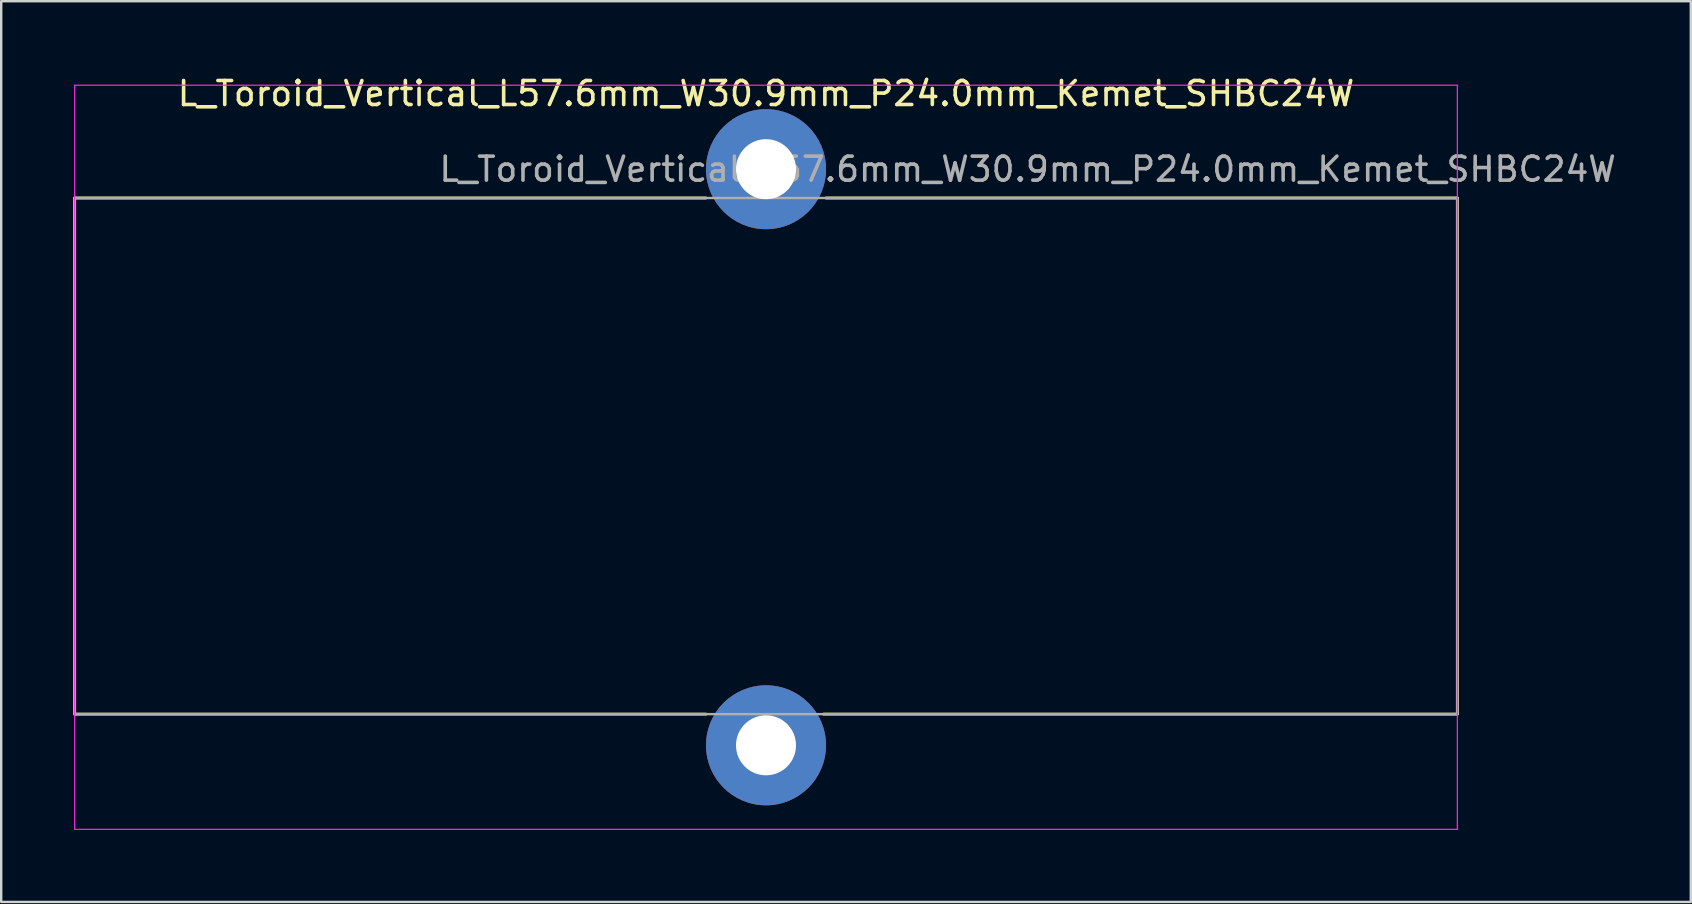
<source format=kicad_pcb>
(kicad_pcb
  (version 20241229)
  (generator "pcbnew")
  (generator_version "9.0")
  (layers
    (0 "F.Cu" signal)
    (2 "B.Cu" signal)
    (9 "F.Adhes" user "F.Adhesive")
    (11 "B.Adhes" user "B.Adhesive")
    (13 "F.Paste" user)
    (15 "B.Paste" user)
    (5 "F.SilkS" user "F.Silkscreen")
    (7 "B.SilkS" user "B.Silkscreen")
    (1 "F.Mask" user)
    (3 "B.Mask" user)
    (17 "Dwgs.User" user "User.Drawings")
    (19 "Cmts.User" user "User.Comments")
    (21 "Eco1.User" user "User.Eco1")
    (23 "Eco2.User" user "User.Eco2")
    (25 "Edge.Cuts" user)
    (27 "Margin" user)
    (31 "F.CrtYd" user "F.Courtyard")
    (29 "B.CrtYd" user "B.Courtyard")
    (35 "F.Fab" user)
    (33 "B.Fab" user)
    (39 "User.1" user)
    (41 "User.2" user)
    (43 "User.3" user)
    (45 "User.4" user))
  (footprint "L_Toroid_Vertical_L57.6mm_W30.9mm_P24.0mm_Kemet_SHBC24W"
    (layer "F.Cu")
    (at 28.86 3.998)
    (property "Reference" "L_Toroid_Vertical_L57.6mm_W30.9mm_P24.0mm_Kemet_SHBC24W" (at 0 -3.15 0) (layer "F.SilkS") (effects (font (size 1 1) (thickness 0.15))))
    (attr through_hole)
    (fp_line (start -28.8 1.2) (end -28.8 22.7) (stroke (width 0.12) (type solid)) (layer "F.SilkS"))
    (fp_line (start -28.8 1.2) (end -2.5 1.2) (stroke (width 0.12) (type solid)) (layer "F.SilkS"))
    (fp_line (start -28.8 22.7) (end -2.5 22.7) (stroke (width 0.12) (type solid)) (layer "F.SilkS"))
    (fp_line (start 2.4 22.7) (end 28.8 22.7) (stroke (width 0.12) (type solid)) (layer "F.SilkS"))
    (fp_line (start 2.5 1.2) (end 28.8 1.2) (stroke (width 0.12) (type solid)) (layer "F.SilkS"))
    (fp_line (start 28.8 1.2) (end 28.8 22.7) (stroke (width 0.12) (type solid)) (layer "F.SilkS"))
    (fp_line (start -28.8 -3.5) (end -28.8 27.5) (stroke (width 0.05) (type solid)) (layer "F.CrtYd"))
    (fp_line (start -28.8 27.5) (end 28.8 27.5) (stroke (width 0.05) (type solid)) (layer "F.CrtYd"))
    (fp_line (start 28.8 -3.5) (end -28.8 -3.5) (stroke (width 0.05) (type solid)) (layer "F.CrtYd"))
    (fp_line (start 28.8 27.5) (end 28.8 -3.5) (stroke (width 0.05) (type solid)) (layer "F.CrtYd"))
    (fp_line (start -28.8 1.2) (end -28.8 22.7) (stroke (width 0.1) (type solid)) (layer "F.Fab"))
    (fp_line (start -28.8 22.7) (end 28.8 22.7) (stroke (width 0.1) (type solid)) (layer "F.Fab"))
    (fp_line (start 28.8 1.2) (end -28.8 1.2) (stroke (width 0.1) (type solid)) (layer "F.Fab"))
    (fp_line (start 28.8 22.7) (end 28.8 1.2) (stroke (width 0.1) (type solid)) (layer "F.Fab"))
    (fp_text user "${REFERENCE}" (at 10.9 0 0) (layer "F.Fab") (effects (font (size 1 1) (thickness 0.15))))
    (pad "1" thru_hole circle (at 0 0) (size 5 5) (drill 2.5) (layers "*.Cu" "*.Mask"))
    (pad "2" thru_hole circle (at 0 24) (size 5 5) (drill 2.5) (layers "*.Cu" "*.Mask")))
  (gr_rect
    (start -3 -3)
    (end 67.385 34.523)
    (stroke (width 0.1) (type default))
    (fill no)
    (layer "Edge.Cuts")))
</source>
